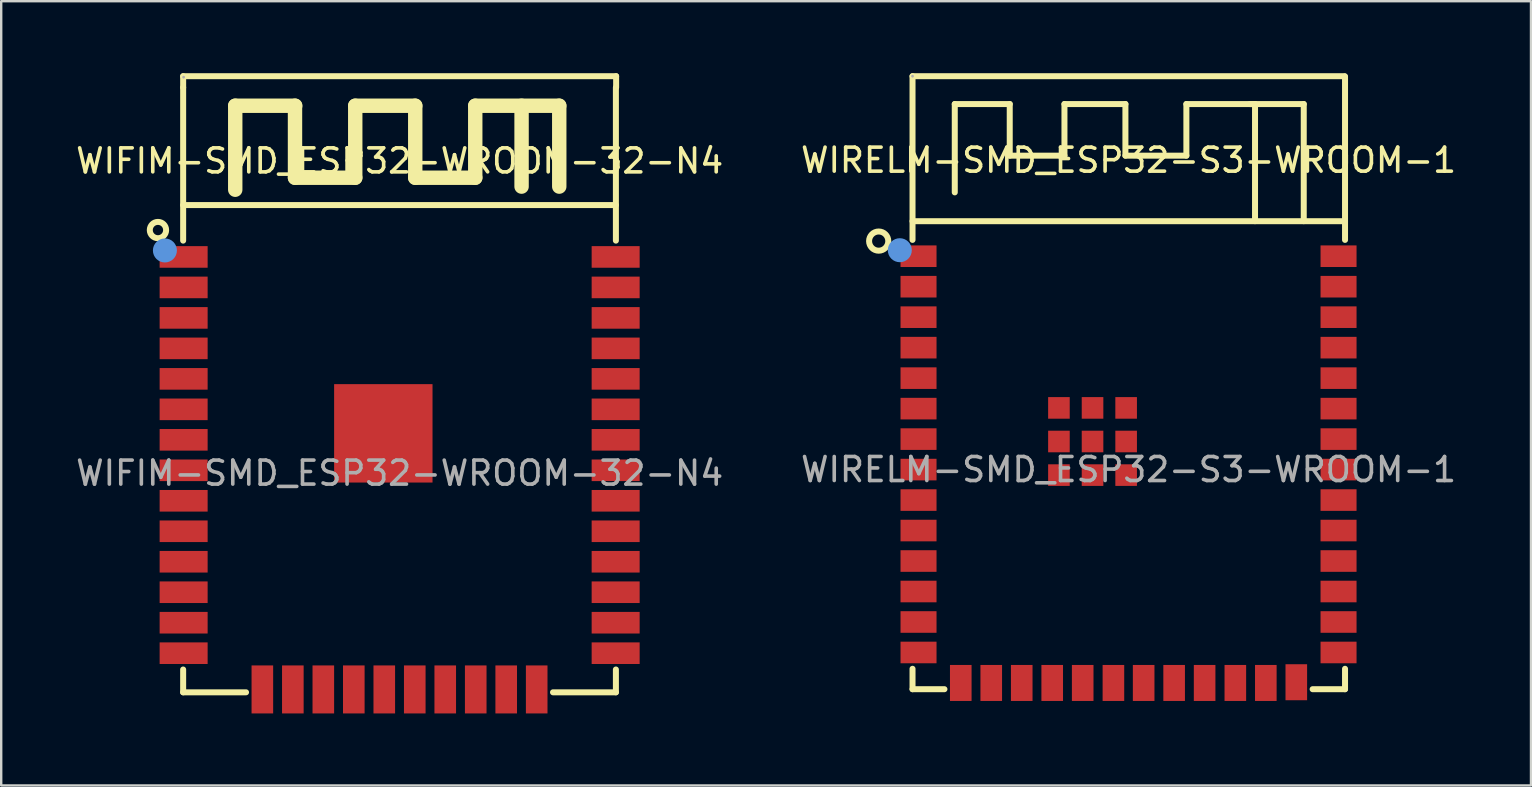
<source format=kicad_pcb>
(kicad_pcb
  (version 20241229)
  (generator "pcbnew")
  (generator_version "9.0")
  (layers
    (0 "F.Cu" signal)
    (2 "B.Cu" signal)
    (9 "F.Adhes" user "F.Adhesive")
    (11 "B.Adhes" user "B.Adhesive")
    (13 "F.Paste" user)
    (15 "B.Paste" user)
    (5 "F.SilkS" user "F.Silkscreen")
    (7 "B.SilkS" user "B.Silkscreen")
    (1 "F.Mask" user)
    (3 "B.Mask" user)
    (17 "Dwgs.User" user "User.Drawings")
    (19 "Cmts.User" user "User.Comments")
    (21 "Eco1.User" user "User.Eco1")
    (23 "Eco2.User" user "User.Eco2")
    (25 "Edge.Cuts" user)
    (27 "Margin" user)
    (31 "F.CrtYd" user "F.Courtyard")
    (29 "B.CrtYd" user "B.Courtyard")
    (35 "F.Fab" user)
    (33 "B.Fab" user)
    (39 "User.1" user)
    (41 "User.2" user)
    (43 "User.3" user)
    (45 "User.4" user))
  (footprint "WIFIM-SMD_ESP32-WROOM-32-N4"
    (layer "F.Cu")
    (at 13.601 16.665)
    (property "Reference" "WIFIM-SMD_ESP32-WROOM-32-N4" (at 0 -13.01 0) (layer "F.SilkS") (effects (font (size 1 1) (thickness 0.15))))
    (attr through_hole)
    (fp_line (start -9.02 -16.54) (end 9.02 -16.54) (stroke (width 0.25) (type solid)) (layer "F.SilkS"))
    (fp_line (start -9.02 -16.07) (end -9.02 -16.54) (stroke (width 0.25) (type solid)) (layer "F.SilkS"))
    (fp_line (start -9.02 -16.07) (end -9.02 -9.69) (stroke (width 0.25) (type solid)) (layer "F.SilkS"))
    (fp_line (start -9.02 -11.17) (end 9.01 -11.17) (stroke (width 0.25) (type solid)) (layer "F.SilkS"))
    (fp_line (start -9.02 8.18) (end -9.02 9.13) (stroke (width 0.25) (type solid)) (layer "F.SilkS"))
    (fp_line (start -9.02 9.13) (end -6.4 9.13) (stroke (width 0.25) (type solid)) (layer "F.SilkS"))
    (fp_line (start -6.85 -15.31) (end -6.85 -11.81) (stroke (width 0.6) (type solid)) (layer "F.SilkS"))
    (fp_line (start -4.36 -12.31) (end -4.36 -15.31) (stroke (width 0.6) (type solid)) (layer "F.SilkS"))
    (fp_line (start -4.35 -15.31) (end -6.85 -15.31) (stroke (width 0.6) (type solid)) (layer "F.SilkS"))
    (fp_line (start -1.85 -15.31) (end -1.85 -12.31) (stroke (width 0.6) (type solid)) (layer "F.SilkS"))
    (fp_line (start -1.85 -12.31) (end -4.36 -12.31) (stroke (width 0.6) (type solid)) (layer "F.SilkS"))
    (fp_line (start 0.65 -15.31) (end -1.85 -15.31) (stroke (width 0.6) (type solid)) (layer "F.SilkS"))
    (fp_line (start 0.65 -12.31) (end 0.65 -15.31) (stroke (width 0.6) (type solid)) (layer "F.SilkS"))
    (fp_line (start 3.15 -15.31) (end 3.15 -12.31) (stroke (width 0.6) (type solid)) (layer "F.SilkS"))
    (fp_line (start 3.15 -12.31) (end 0.65 -12.31) (stroke (width 0.6) (type solid)) (layer "F.SilkS"))
    (fp_line (start 5.08 -15.31) (end 5.08 -11.94) (stroke (width 0.6) (type solid)) (layer "F.SilkS"))
    (fp_line (start 6.39 9.13) (end 9.01 9.13) (stroke (width 0.25) (type solid)) (layer "F.SilkS"))
    (fp_line (start 6.65 -15.31) (end 3.15 -15.31) (stroke (width 0.6) (type solid)) (layer "F.SilkS"))
    (fp_line (start 6.65 -11.94) (end 6.65 -15.31) (stroke (width 0.6) (type solid)) (layer "F.SilkS"))
    (fp_line (start 9.01 -16.07) (end 9.01 -9.69) (stroke (width 0.25) (type solid)) (layer "F.SilkS"))
    (fp_line (start 9.01 9.13) (end 9.01 8.18) (stroke (width 0.25) (type solid)) (layer "F.SilkS"))
    (fp_line (start 9.02 -16.54) (end 9.02 -16.07) (stroke (width 0.25) (type solid)) (layer "F.SilkS"))
    (fp_circle (center -10.07 -10.13) (end -9.73 -10.13) (stroke (width 0.25) (type solid)) (fill no) (layer "F.SilkS"))
    (fp_circle (center -9.78 -9.28) (end -9.53 -9.28) (stroke (width 0.5) (type solid)) (fill no) (layer "Cmts.User"))
    (fp_circle (center -9 -16.5) (end -8.97 -16.5) (stroke (width 0.06) (type solid)) (fill no) (layer "F.Fab"))
    (fp_text user "${REFERENCE}" (at 0 0 0) (layer "F.Fab") (effects (font (size 1 1) (thickness 0.15))))
    (pad "1" smd rect (at -9 -9.01) (size 2 0.9) (layers "F.Cu" "F.Mask" "F.Paste"))
    (pad "2" smd rect (at -9 -7.74) (size 2 0.9) (layers "F.Cu" "F.Mask" "F.Paste"))
    (pad "3" smd rect (at -9 -6.47) (size 2 0.9) (layers "F.Cu" "F.Mask" "F.Paste"))
    (pad "4" smd rect (at -9 -5.2) (size 2 0.9) (layers "F.Cu" "F.Mask" "F.Paste"))
    (pad "5" smd rect (at -9 -3.93) (size 2 0.9) (layers "F.Cu" "F.Mask" "F.Paste"))
    (pad "6" smd rect (at -9 -2.66) (size 2 0.9) (layers "F.Cu" "F.Mask" "F.Paste"))
    (pad "7" smd rect (at -9 -1.39) (size 2 0.9) (layers "F.Cu" "F.Mask" "F.Paste"))
    (pad "8" smd rect (at -9 -0.12) (size 2 0.9) (layers "F.Cu" "F.Mask" "F.Paste"))
    (pad "9" smd rect (at -9 1.15) (size 2 0.9) (layers "F.Cu" "F.Mask" "F.Paste"))
    (pad "10" smd rect (at -9 2.42) (size 2 0.9) (layers "F.Cu" "F.Mask" "F.Paste"))
    (pad "11" smd rect (at -9 3.69) (size 2 0.9) (layers "F.Cu" "F.Mask" "F.Paste"))
    (pad "12" smd rect (at -9 4.96) (size 2 0.9) (layers "F.Cu" "F.Mask" "F.Paste"))
    (pad "13" smd rect (at -9 6.23) (size 2 0.9) (layers "F.Cu" "F.Mask" "F.Paste"))
    (pad "14" smd rect (at -9 7.5) (size 2 0.9) (layers "F.Cu" "F.Mask" "F.Paste"))
    (pad "15" smd rect (at -5.72 9.01 270) (size 2 0.9) (layers "F.Cu" "F.Mask" "F.Paste"))
    (pad "16" smd rect (at -4.45 9.01 270) (size 2 0.9) (layers "F.Cu" "F.Mask" "F.Paste"))
    (pad "17" smd rect (at -3.18 9.01 270) (size 2 0.9) (layers "F.Cu" "F.Mask" "F.Paste"))
    (pad "18" smd rect (at -1.91 9.01 270) (size 2 0.9) (layers "F.Cu" "F.Mask" "F.Paste"))
    (pad "19" smd rect (at -0.64 9.01 270) (size 2 0.9) (layers "F.Cu" "F.Mask" "F.Paste"))
    (pad "20" smd rect (at 0.63 9.01 270) (size 2 0.9) (layers "F.Cu" "F.Mask" "F.Paste"))
    (pad "21" smd rect (at 1.9 9.01 270) (size 2 0.9) (layers "F.Cu" "F.Mask" "F.Paste"))
    (pad "22" smd rect (at 3.17 9.01 270) (size 2 0.9) (layers "F.Cu" "F.Mask" "F.Paste"))
    (pad "23" smd rect (at 4.44 9.01 270) (size 2 0.9) (layers "F.Cu" "F.Mask" "F.Paste"))
    (pad "24" smd rect (at 5.71 9.01 270) (size 2 0.9) (layers "F.Cu" "F.Mask" "F.Paste"))
    (pad "25" smd rect (at 9 7.5) (size 2 0.9) (layers "F.Cu" "F.Mask" "F.Paste"))
    (pad "26" smd rect (at 9 6.23) (size 2 0.9) (layers "F.Cu" "F.Mask" "F.Paste"))
    (pad "27" smd rect (at 9 4.96) (size 2 0.9) (layers "F.Cu" "F.Mask" "F.Paste"))
    (pad "28" smd rect (at 9 3.69) (size 2 0.9) (layers "F.Cu" "F.Mask" "F.Paste"))
    (pad "29" smd rect (at 9 2.42) (size 2 0.9) (layers "F.Cu" "F.Mask" "F.Paste"))
    (pad "30" smd rect (at 9 1.15) (size 2 0.9) (layers "F.Cu" "F.Mask" "F.Paste"))
    (pad "31" smd rect (at 9 -0.12) (size 2 0.9) (layers "F.Cu" "F.Mask" "F.Paste"))
    (pad "32" smd rect (at 9 -1.39) (size 2 0.9) (layers "F.Cu" "F.Mask" "F.Paste"))
    (pad "33" smd rect (at 9 -2.66) (size 2 0.9) (layers "F.Cu" "F.Mask" "F.Paste"))
    (pad "34" smd rect (at 9 -3.93) (size 2 0.9) (layers "F.Cu" "F.Mask" "F.Paste"))
    (pad "35" smd rect (at 9 -5.2) (size 2 0.9) (layers "F.Cu" "F.Mask" "F.Paste"))
    (pad "36" smd rect (at 9 -6.47) (size 2 0.9) (layers "F.Cu" "F.Mask" "F.Paste"))
    (pad "37" smd rect (at 9 -7.74) (size 2 0.9) (layers "F.Cu" "F.Mask" "F.Paste"))
    (pad "38" smd rect (at 9 -9.01) (size 2 0.9) (layers "F.Cu" "F.Mask" "F.Paste"))
    (pad "39" smd rect (at -0.68 -1.66) (size 4.1 4.1) (layers "F.Cu" "F.Mask" "F.Paste")))
  (footprint "WIRELM-SMD_ESP32-S3-WROOM-1"
    (layer "F.Cu")
    (at 43.97 16.515)
    (property "Reference" "WIRELM-SMD_ESP32-S3-WROOM-1" (at 0 -12.89 0) (layer "F.SilkS") (effects (font (size 1 1) (thickness 0.15))))
    (attr smd)
    (fp_line (start -9 -16.39) (end -9 -9.57) (stroke (width 0.25) (type solid)) (layer "F.SilkS"))
    (fp_line (start -9 -10.35) (end 9.02 -10.35) (stroke (width 0.25) (type solid)) (layer "F.SilkS"))
    (fp_line (start -9 8.3) (end -9 9.15) (stroke (width 0.25) (type solid)) (layer "F.SilkS"))
    (fp_line (start -9 9.15) (end -7.67 9.15) (stroke (width 0.25) (type solid)) (layer "F.SilkS"))
    (fp_line (start -7.24 -15.23) (end -7.24 -11.55) (stroke (width 0.25) (type solid)) (layer "F.SilkS"))
    (fp_line (start -4.95 -15.23) (end -7.24 -15.23) (stroke (width 0.25) (type solid)) (layer "F.SilkS"))
    (fp_line (start -4.95 -13.08) (end -4.95 -15.23) (stroke (width 0.25) (type solid)) (layer "F.SilkS"))
    (fp_line (start -2.67 -15.23) (end -2.67 -13.08) (stroke (width 0.25) (type solid)) (layer "F.SilkS"))
    (fp_line (start -2.67 -13.08) (end -4.95 -13.08) (stroke (width 0.25) (type solid)) (layer "F.SilkS"))
    (fp_line (start -0.13 -15.23) (end -2.67 -15.23) (stroke (width 0.25) (type solid)) (layer "F.SilkS"))
    (fp_line (start -0.13 -13.08) (end -0.13 -15.23) (stroke (width 0.25) (type solid)) (layer "F.SilkS"))
    (fp_line (start 2.41 -15.23) (end 2.41 -13.08) (stroke (width 0.25) (type solid)) (layer "F.SilkS"))
    (fp_line (start 2.41 -13.08) (end -0.13 -13.08) (stroke (width 0.25) (type solid)) (layer "F.SilkS"))
    (fp_line (start 5.27 -15.23) (end 2.41 -15.23) (stroke (width 0.25) (type solid)) (layer "F.SilkS"))
    (fp_line (start 5.27 -10.35) (end 5.27 -15.23) (stroke (width 0.25) (type solid)) (layer "F.SilkS"))
    (fp_line (start 7.3 -15.23) (end 5.06 -15.23) (stroke (width 0.25) (type solid)) (layer "F.SilkS"))
    (fp_line (start 7.3 -10.35) (end 7.3 -15.23) (stroke (width 0.25) (type solid)) (layer "F.SilkS"))
    (fp_line (start 7.67 9.15) (end 9.02 9.15) (stroke (width 0.25) (type solid)) (layer "F.SilkS"))
    (fp_line (start 9 -16.39) (end -9 -16.39) (stroke (width 0.25) (type solid)) (layer "F.SilkS"))
    (fp_line (start 9.02 -9.57) (end 9.02 -16.38) (stroke (width 0.25) (type solid)) (layer "F.SilkS"))
    (fp_line (start 9.02 9.15) (end 9.02 8.3) (stroke (width 0.25) (type solid)) (layer "F.SilkS"))
    (fp_circle (center -10.41 -9.52) (end -10.01 -9.52) (stroke (width 0.25) (type solid)) (fill no) (layer "F.SilkS"))
    (fp_circle (center -9.53 -9.14) (end -9.28 -9.14) (stroke (width 0.5) (type solid)) (fill no) (layer "Cmts.User"))
    (fp_circle (center -9 -16.39) (end -8.97 -16.39) (stroke (width 0.06) (type solid)) (fill no) (layer "F.Fab"))
    (fp_text user "${REFERENCE}" (at 0 0 0) (layer "F.Fab") (effects (font (size 1 1) (thickness 0.15))))
    (pad "1" smd rect (at -8.75 -8.89) (size 1.5 0.9) (layers "F.Cu" "F.Mask" "F.Paste"))
    (pad "2" smd rect (at -8.75 -7.62) (size 1.5 0.9) (layers "F.Cu" "F.Mask" "F.Paste"))
    (pad "3" smd rect (at -8.75 -6.35) (size 1.5 0.9) (layers "F.Cu" "F.Mask" "F.Paste"))
    (pad "4" smd rect (at -8.75 -5.08) (size 1.5 0.9) (layers "F.Cu" "F.Mask" "F.Paste"))
    (pad "5" smd rect (at -8.75 -3.81) (size 1.5 0.9) (layers "F.Cu" "F.Mask" "F.Paste"))
    (pad "6" smd rect (at -8.75 -2.54) (size 1.5 0.9) (layers "F.Cu" "F.Mask" "F.Paste"))
    (pad "7" smd rect (at -8.75 -1.27) (size 1.5 0.9) (layers "F.Cu" "F.Mask" "F.Paste"))
    (pad "8" smd rect (at -8.75 0) (size 1.5 0.9) (layers "F.Cu" "F.Mask" "F.Paste"))
    (pad "9" smd rect (at -8.75 1.27) (size 1.5 0.9) (layers "F.Cu" "F.Mask" "F.Paste"))
    (pad "10" smd rect (at -8.75 2.54) (size 1.5 0.9) (layers "F.Cu" "F.Mask" "F.Paste"))
    (pad "11" smd rect (at -8.75 3.81) (size 1.5 0.9) (layers "F.Cu" "F.Mask" "F.Paste"))
    (pad "12" smd rect (at -8.75 5.08) (size 1.5 0.9) (layers "F.Cu" "F.Mask" "F.Paste"))
    (pad "13" smd rect (at -8.75 6.35) (size 1.5 0.9) (layers "F.Cu" "F.Mask" "F.Paste"))
    (pad "14" smd rect (at -8.75 7.62) (size 1.5 0.9) (layers "F.Cu" "F.Mask" "F.Paste"))
    (pad "15" smd rect (at -6.99 8.89 90) (size 1.5 0.9) (layers "F.Cu" "F.Mask" "F.Paste"))
    (pad "16" smd rect (at -5.72 8.89 90) (size 1.5 0.9) (layers "F.Cu" "F.Mask" "F.Paste"))
    (pad "17" smd rect (at -4.45 8.89 90) (size 1.5 0.9) (layers "F.Cu" "F.Mask" "F.Paste"))
    (pad "18" smd rect (at -3.18 8.89 90) (size 1.5 0.9) (layers "F.Cu" "F.Mask" "F.Paste"))
    (pad "19" smd rect (at -1.91 8.89 90) (size 1.5 0.9) (layers "F.Cu" "F.Mask" "F.Paste"))
    (pad "20" smd rect (at -0.63 8.89 90) (size 1.5 0.9) (layers "F.Cu" "F.Mask" "F.Paste"))
    (pad "21" smd rect (at 0.63 8.89 90) (size 1.5 0.9) (layers "F.Cu" "F.Mask" "F.Paste"))
    (pad "22" smd rect (at 1.9 8.89 90) (size 1.5 0.9) (layers "F.Cu" "F.Mask" "F.Paste"))
    (pad "23" smd rect (at 3.17 8.89 90) (size 1.5 0.9) (layers "F.Cu" "F.Mask" "F.Paste"))
    (pad "24" smd rect (at 4.45 8.89 90) (size 1.5 0.9) (layers "F.Cu" "F.Mask" "F.Paste"))
    (pad "25" smd rect (at 5.72 8.89 90) (size 1.5 0.9) (layers "F.Cu" "F.Mask" "F.Paste"))
    (pad "26" smd rect (at 6.99 8.86 90) (size 1.5 0.9) (layers "F.Cu" "F.Mask" "F.Paste"))
    (pad "27" smd rect (at 8.75 7.62 180) (size 1.5 0.9) (layers "F.Cu" "F.Mask" "F.Paste"))
    (pad "28" smd rect (at 8.75 6.35 180) (size 1.5 0.9) (layers "F.Cu" "F.Mask" "F.Paste"))
    (pad "29" smd rect (at 8.75 5.08 180) (size 1.5 0.9) (layers "F.Cu" "F.Mask" "F.Paste"))
    (pad "30" smd rect (at 8.75 3.81 180) (size 1.5 0.9) (layers "F.Cu" "F.Mask" "F.Paste"))
    (pad "31" smd rect (at 8.75 2.54 180) (size 1.5 0.9) (layers "F.Cu" "F.Mask" "F.Paste"))
    (pad "32" smd rect (at 8.75 1.27 180) (size 1.5 0.9) (layers "F.Cu" "F.Mask" "F.Paste"))
    (pad "33" smd rect (at 8.75 0 180) (size 1.5 0.9) (layers "F.Cu" "F.Mask" "F.Paste"))
    (pad "34" smd rect (at 8.75 -1.27 180) (size 1.5 0.9) (layers "F.Cu" "F.Mask" "F.Paste"))
    (pad "35" smd rect (at 8.75 -2.54 180) (size 1.5 0.9) (layers "F.Cu" "F.Mask" "F.Paste"))
    (pad "36" smd rect (at 8.75 -3.81 180) (size 1.5 0.9) (layers "F.Cu" "F.Mask" "F.Paste"))
    (pad "37" smd rect (at 8.75 -5.08 180) (size 1.5 0.9) (layers "F.Cu" "F.Mask" "F.Paste"))
    (pad "38" smd rect (at 8.75 -6.35 180) (size 1.5 0.9) (layers "F.Cu" "F.Mask" "F.Paste"))
    (pad "39" smd rect (at 8.75 -7.62 180) (size 1.5 0.9) (layers "F.Cu" "F.Mask" "F.Paste"))
    (pad "40" smd rect (at 8.75 -8.89 180) (size 1.5 0.9) (layers "F.Cu" "F.Mask" "F.Paste"))
    (pad "41" smd rect (at -2.9 -2.57 90) (size 0.9 0.9) (layers "F.Cu" "F.Mask" "F.Paste"))
    (pad "41" smd rect (at -2.9 -1.17 90) (size 0.9 0.9) (layers "F.Cu" "F.Mask" "F.Paste"))
    (pad "41" smd rect (at -2.9 0.23 90) (size 0.9 0.9) (layers "F.Cu" "F.Mask" "F.Paste"))
    (pad "41" smd rect (at -1.5 -2.57 90) (size 0.9 0.9) (layers "F.Cu" "F.Mask" "F.Paste"))
    (pad "41" smd rect (at -1.5 -1.17 90) (size 0.9 0.9) (layers "F.Cu" "F.Mask" "F.Paste"))
    (pad "41" smd rect (at -1.5 0.23 90) (size 0.9 0.9) (layers "F.Cu" "F.Mask" "F.Paste"))
    (pad "41" smd rect (at -0.1 -2.57 90) (size 0.9 0.9) (layers "F.Cu" "F.Mask" "F.Paste"))
    (pad "41" smd rect (at -0.1 -1.17 90) (size 0.9 0.9) (layers "F.Cu" "F.Mask" "F.Paste"))
    (pad "41" smd rect (at -0.1 0.23 90) (size 0.9 0.9) (layers "F.Cu" "F.Mask" "F.Paste")))
  (gr_rect
    (start -3 -3)
    (end 60.738 29.675)
    (stroke (width 0.1) (type default))
    (fill no)
    (layer "Edge.Cuts")))
</source>
